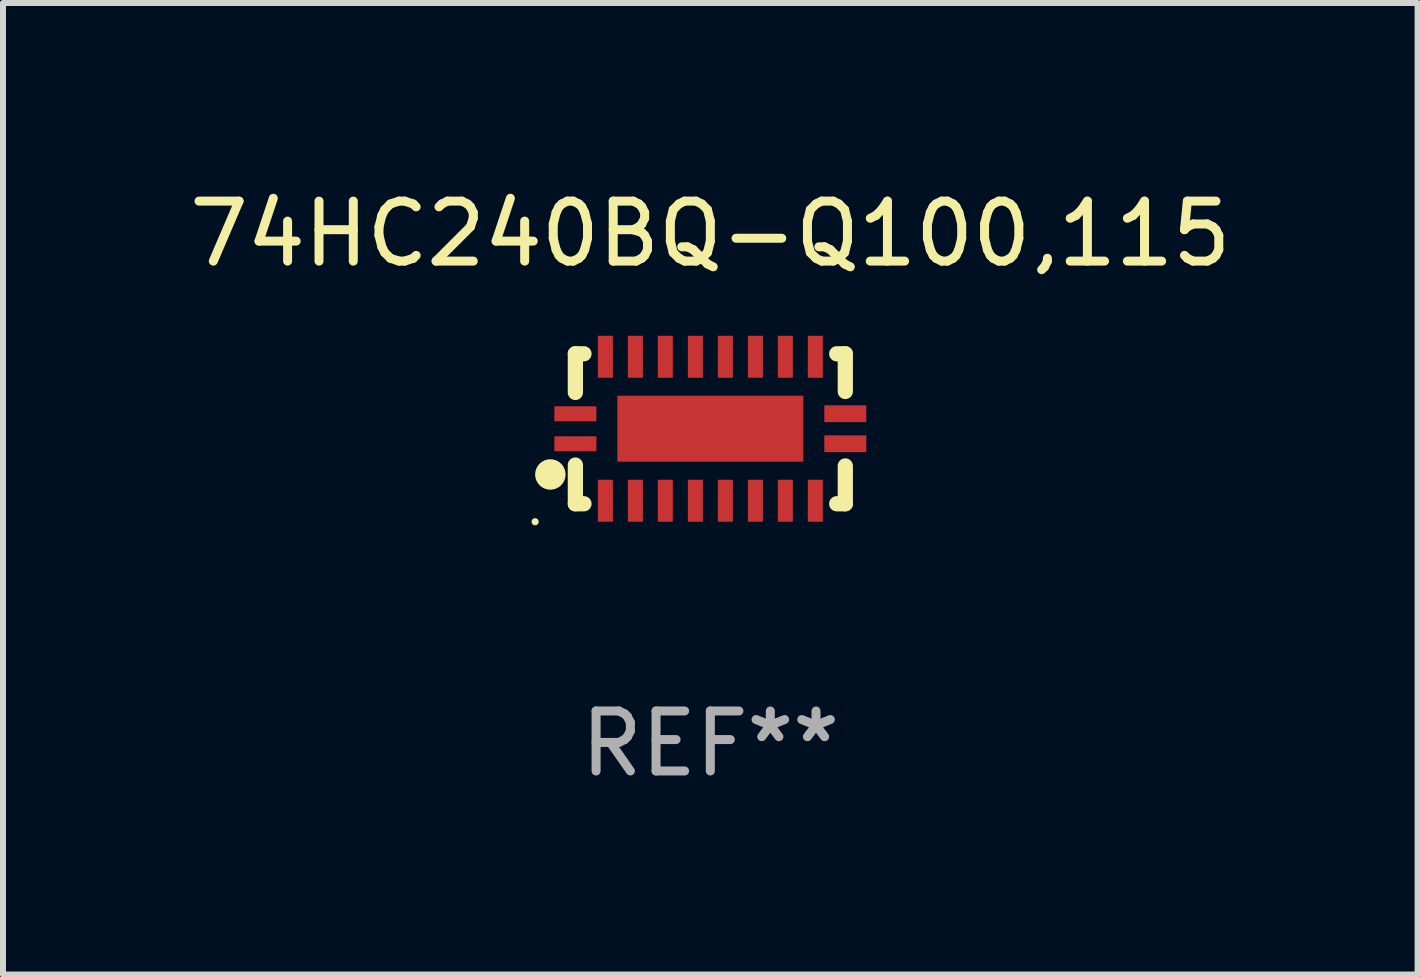
<source format=kicad_pcb>
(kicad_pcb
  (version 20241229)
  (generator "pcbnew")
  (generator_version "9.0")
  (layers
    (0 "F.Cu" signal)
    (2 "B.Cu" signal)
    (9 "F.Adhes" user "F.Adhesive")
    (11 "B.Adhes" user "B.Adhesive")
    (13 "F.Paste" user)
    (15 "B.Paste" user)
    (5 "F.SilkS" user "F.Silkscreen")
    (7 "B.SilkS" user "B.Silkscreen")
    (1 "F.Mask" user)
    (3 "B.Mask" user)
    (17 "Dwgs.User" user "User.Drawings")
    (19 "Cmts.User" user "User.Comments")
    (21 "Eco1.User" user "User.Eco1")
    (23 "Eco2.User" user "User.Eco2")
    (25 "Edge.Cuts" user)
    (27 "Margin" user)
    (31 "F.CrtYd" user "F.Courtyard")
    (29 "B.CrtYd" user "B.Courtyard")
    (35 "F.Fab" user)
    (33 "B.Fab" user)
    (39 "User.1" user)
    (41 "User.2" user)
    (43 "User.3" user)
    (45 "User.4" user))
  (footprint "74HC240BQ-Q100,115"
    (layer "F.Cu")
    (at 8.792 4.098)
    (property "Reference" "74HC240BQ-Q100,115" (at 0 -3.25 0) (layer "F.SilkS") (effects (font (size 1 1) (thickness 0.15))))
    (attr through_hole)
    (fp_line (start -2.25 0.605) (end -2.25 1.25) (stroke (width 0.254) (type solid)) (layer "F.SilkS"))
    (fp_line (start -2.25 1.25) (end -2.107 1.25) (stroke (width 0.254) (type solid)) (layer "F.SilkS"))
    (fp_line (start -2.25 -1.25) (end -2.25 -0.606) (stroke (width 0.254) (type solid)) (layer "F.SilkS"))
    (fp_line (start -2.25 -1.25) (end -2.107 -1.25) (stroke (width 0.254) (type solid)) (layer "F.SilkS"))
    (fp_line (start 2.107 -1.25) (end 2.25 -1.25) (stroke (width 0.254) (type solid)) (layer "F.SilkS"))
    (fp_line (start 2.107 1.25) (end 2.25 1.25) (stroke (width 0.254) (type solid)) (layer "F.SilkS"))
    (fp_line (start 2.25 -1.25) (end 2.25 -0.622) (stroke (width 0.254) (type solid)) (layer "F.SilkS"))
    (fp_line (start 2.25 0.62) (end 2.25 1.25) (stroke (width 0.254) (type solid)) (layer "F.SilkS"))
    (fp_circle (center -2.921 1.55) (end -2.891 1.55) (stroke (width 0.06) (type solid)) (fill no) (layer "F.SilkS"))
    (fp_circle (center -2.667 0.762) (end -2.54 0.762) (stroke (width 0.254) (type solid)) (fill no) (layer "F.SilkS"))
    (fp_text user "REF**" (at 0 5.25 0) (layer "F.Fab") (effects (font (size 1 1) (thickness 0.15))))
    (pad "1" smd rect (at -2.25 0.25 180) (size 0.7 0.25) (layers "F.Cu" "F.Mask" "F.Paste"))
    (pad "2" smd rect (at -1.75 1.2 90) (size 0.7 0.25) (layers "F.Cu" "F.Mask" "F.Paste"))
    (pad "3" smd rect (at -1.25 1.2 90) (size 0.7 0.25) (layers "F.Cu" "F.Mask" "F.Paste"))
    (pad "4" smd rect (at -0.751 1.2 90) (size 0.7 0.25) (layers "F.Cu" "F.Mask" "F.Paste"))
    (pad "5" smd rect (at -0.25 1.2 90) (size 0.7 0.25) (layers "F.Cu" "F.Mask" "F.Paste"))
    (pad "6" smd rect (at 0.25 1.2 90) (size 0.7 0.25) (layers "F.Cu" "F.Mask" "F.Paste"))
    (pad "7" smd rect (at 0.751 1.2 90) (size 0.7 0.25) (layers "F.Cu" "F.Mask" "F.Paste"))
    (pad "8" smd rect (at 1.25 1.2 90) (size 0.7 0.25) (layers "F.Cu" "F.Mask" "F.Paste"))
    (pad "9" smd rect (at 1.75 1.2 90) (size 0.7 0.25) (layers "F.Cu" "F.Mask" "F.Paste"))
    (pad "10" smd rect (at 2.25 0.25 180) (size 0.7 0.28) (layers "F.Cu" "F.Mask" "F.Paste"))
    (pad "11" smd rect (at 2.25 -0.251 180) (size 0.7 0.28) (layers "F.Cu" "F.Mask" "F.Paste"))
    (pad "12" smd rect (at 1.75 -1.2 90) (size 0.7 0.25) (layers "F.Cu" "F.Mask" "F.Paste"))
    (pad "13" smd rect (at 1.25 -1.2 90) (size 0.7 0.25) (layers "F.Cu" "F.Mask" "F.Paste"))
    (pad "14" smd rect (at 0.751 -1.2 90) (size 0.7 0.25) (layers "F.Cu" "F.Mask" "F.Paste"))
    (pad "15" smd rect (at 0.25 -1.2 90) (size 0.7 0.25) (layers "F.Cu" "F.Mask" "F.Paste"))
    (pad "16" smd rect (at -0.25 -1.2 90) (size 0.7 0.25) (layers "F.Cu" "F.Mask" "F.Paste"))
    (pad "17" smd rect (at -0.751 -1.2 90) (size 0.7 0.25) (layers "F.Cu" "F.Mask" "F.Paste"))
    (pad "18" smd rect (at -1.25 -1.2 90) (size 0.7 0.25) (layers "F.Cu" "F.Mask" "F.Paste"))
    (pad "19" smd rect (at -1.75 -1.2 90) (size 0.7 0.25) (layers "F.Cu" "F.Mask" "F.Paste"))
    (pad "20" smd rect (at -2.25 -0.25 180) (size 0.7 0.25) (layers "F.Cu" "F.Mask" "F.Paste"))
    (pad "21" smd rect (at 0 -0.001 180) (size 3.1 1.1) (layers "F.Cu" "F.Mask" "F.Paste")))
  (gr_rect
    (start -3 -3)
    (end 20.583 13.197)
    (stroke (width 0.1) (type default))
    (fill no)
    (layer "Edge.Cuts")))
</source>
